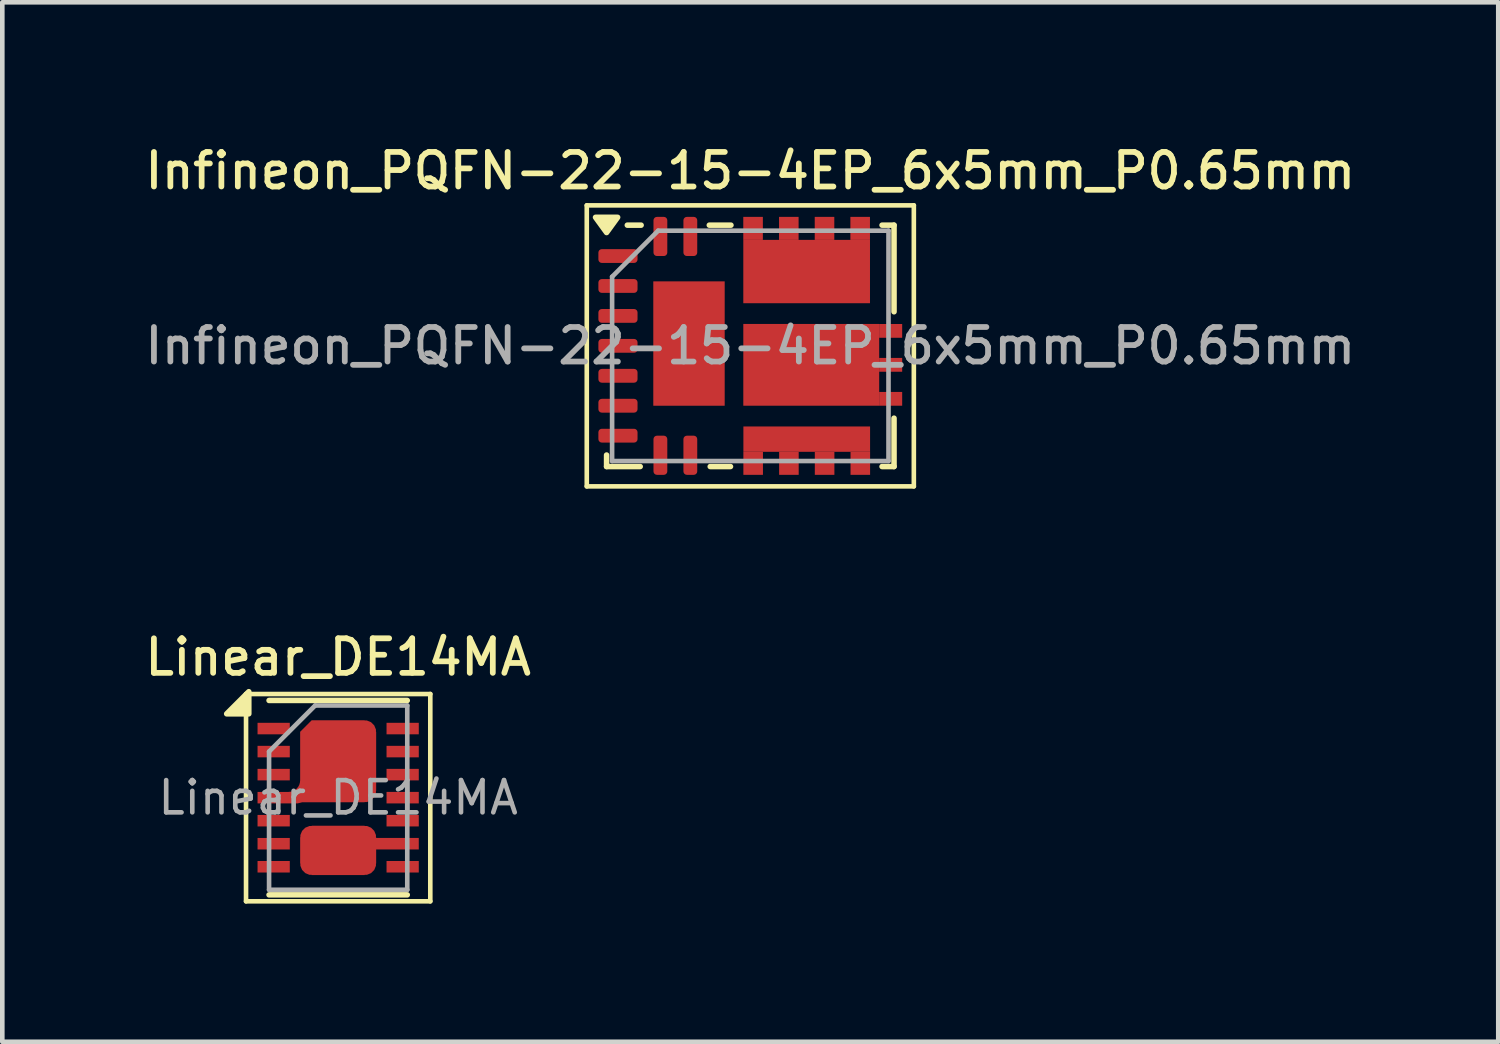
<source format=kicad_pcb>
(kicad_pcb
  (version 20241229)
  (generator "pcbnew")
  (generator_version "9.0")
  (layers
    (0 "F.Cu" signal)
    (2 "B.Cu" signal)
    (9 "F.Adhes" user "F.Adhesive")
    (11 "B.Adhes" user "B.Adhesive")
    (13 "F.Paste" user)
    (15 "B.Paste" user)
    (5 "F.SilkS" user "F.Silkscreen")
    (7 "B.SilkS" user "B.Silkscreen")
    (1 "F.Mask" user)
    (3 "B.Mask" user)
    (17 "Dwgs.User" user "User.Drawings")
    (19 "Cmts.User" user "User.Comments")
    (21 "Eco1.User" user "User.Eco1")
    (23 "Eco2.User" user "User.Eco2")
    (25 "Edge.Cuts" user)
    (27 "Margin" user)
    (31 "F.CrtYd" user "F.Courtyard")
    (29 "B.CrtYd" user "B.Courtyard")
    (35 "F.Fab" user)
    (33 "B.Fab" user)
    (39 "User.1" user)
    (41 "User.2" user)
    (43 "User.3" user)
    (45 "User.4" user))
  (footprint "Linear_DE14MA"
    (layer "F.Cu")
    (at 4.291 14.266)
    (property "Reference" "Linear_DE14MA" (at 0 -3.05 0) (layer "F.SilkS") (effects (font (size 0.75 0.75) (thickness 0.125))))
    (attr smd)
    (fp_line (start -2 -2.25) (end -2 2.25) (stroke (width 0.1) (type solid)) (layer "F.SilkS"))
    (fp_line (start -2 -2.25) (end 2 -2.25) (stroke (width 0.1) (type solid)) (layer "F.SilkS"))
    (fp_line (start -2 2.25) (end 2 2.25) (stroke (width 0.1) (type solid)) (layer "F.SilkS"))
    (fp_line (start -1.5 -2.11) (end 1.5 -2.11) (stroke (width 0.12) (type solid)) (layer "F.SilkS"))
    (fp_line (start -1.5 2.11) (end 1.5 2.11) (stroke (width 0.12) (type solid)) (layer "F.SilkS"))
    (fp_line (start 2 -2.25) (end 2 2.25) (stroke (width 0.1) (type solid)) (layer "F.SilkS"))
    (fp_poly (pts (xy -1.94 -1.82) (xy -2.42 -1.82) (xy -1.94 -2.3) (xy -1.94 -1.82)) (stroke (width 0.12) (type solid)) (fill yes) (layer "F.SilkS"))
    (fp_line (start -1.5 -1) (end -0.5 -2) (stroke (width 0.1) (type solid)) (layer "F.Fab"))
    (fp_line (start -1.5 2) (end -1.5 -1) (stroke (width 0.1) (type solid)) (layer "F.Fab"))
    (fp_line (start -0.5 -2) (end 1.5 -2) (stroke (width 0.1) (type solid)) (layer "F.Fab"))
    (fp_line (start 1.5 -2) (end 1.5 2) (stroke (width 0.1) (type solid)) (layer "F.Fab"))
    (fp_line (start 1.5 2) (end -1.5 2) (stroke (width 0.1) (type solid)) (layer "F.Fab"))
    (fp_text user "${REFERENCE}" (at 0 0 0) (layer "F.Fab") (effects (font (size 0.7 0.7) (thickness 0.1))))
    (pad "1" smd rect (at -1.4 -1.5) (size 0.7 0.25) (layers "F.Cu" "F.Mask" "F.Paste"))
    (pad "2" smd rect (at -1.4 -1) (size 0.7 0.25) (layers "F.Cu" "F.Mask" "F.Paste"))
    (pad "3" smd rect (at -1.4 -0.5) (size 0.7 0.25) (layers "F.Cu" "F.Mask" "F.Paste"))
    (pad "4" smd custom (at 0 -0.79) (size 1.65 1.28) (layers "F.Cu" "F.Mask" "F.Paste") (options (anchor rect)) (primitives (gr_circle (center 0.575 -0.64) (end 0.825 -0.64) (width 0) (fill yes)) (gr_circle (center 0.575 0.64) (end 0.825 0.64) (width 0) (fill yes)) (gr_poly (pts (xy 0.575 0.89) (xy -0.825 0.89) (xy -0.825 -0.64) (xy -0.575 -0.89) (xy 0.575 -0.89)) (width 0) (fill yes)) (gr_poly (pts (xy -0.78 0.89) (xy -0.88 0.915) (xy -1.75 0.915) (xy -1.75 0.665) (xy -0.78 0.665)) (width 0) (fill yes)) (gr_poly (pts (xy -0.825 0.665) (xy -1.075 0.665) (xy -1.025 0.66) (xy -0.977 0.645) (xy -0.935 0.622) (xy -0.897 0.591) (xy -0.866 0.552) (xy -0.844 0.511) (xy -0.83 0.464) (xy -0.825 0.415)) (width 0.001) (fill yes))))
    (pad "5" smd rect (at -1.4 0.5) (size 0.7 0.25) (layers "F.Cu" "F.Mask" "F.Paste"))
    (pad "6" smd rect (at -1.4 1) (size 0.7 0.25) (layers "F.Cu" "F.Mask" "F.Paste"))
    (pad "7" smd rect (at -1.4 1.5) (size 0.7 0.25) (layers "F.Cu" "F.Mask" "F.Paste"))
    (pad "8" smd rect (at 1.4 1.5) (size 0.7 0.25) (layers "F.Cu" "F.Mask" "F.Paste"))
    (pad "9" smd custom (at 0 1.145) (size 1.15 1.07) (layers "F.Cu" "F.Mask" "F.Paste") (options (anchor rect)) (primitives (gr_circle (center -0.575 -0.285) (end -0.325 -0.285) (width 0) (fill yes)) (gr_circle (center 0.575 -0.285) (end 0.825 -0.285) (width 0) (fill yes)) (gr_circle (center -0.575 0.285) (end -0.325 0.285) (width 0) (fill yes)) (gr_circle (center 0.575 0.285) (end 0.825 0.285) (width 0) (fill yes)) (gr_poly (pts (xy 0.825 0.285) (xy -0.825 0.285) (xy -0.825 -0.285) (xy 0.825 -0.285)) (width 0) (fill yes)) (gr_poly (pts (xy 1.75 -0.02) (xy 0.825 -0.02) (xy 0.825 -0.27) (xy 1.75 -0.27)) (width 0) (fill yes))))
    (pad "10" smd rect (at 1.4 0.5) (size 0.7 0.25) (layers "F.Cu" "F.Mask" "F.Paste"))
    (pad "11" smd rect (at 1.4 0) (size 0.7 0.25) (layers "F.Cu" "F.Mask" "F.Paste"))
    (pad "12" smd rect (at 1.4 -0.5) (size 0.7 0.25) (layers "F.Cu" "F.Mask" "F.Paste"))
    (pad "13" smd rect (at 1.4 -1) (size 0.7 0.25) (layers "F.Cu" "F.Mask" "F.Paste"))
    (pad "14" smd rect (at 1.4 -1.5) (size 0.7 0.25) (layers "F.Cu" "F.Mask" "F.Paste")))
  (footprint "Infineon_PQFN-22-15-4EP_6x5mm_P0.65mm"
    (layer "F.Cu")
    (at 13.238 4.458)
    (property "Reference" "Infineon_PQFN-22-15-4EP_6x5mm_P0.65mm" (at 0 -3.8 0) (layer "F.SilkS") (effects (font (size 0.75 0.75) (thickness 0.125))))
    (attr smd)
    (fp_line (start -3.55 -3.05) (end -3.55 3.05) (stroke (width 0.1) (type solid)) (layer "F.SilkS"))
    (fp_line (start -3.55 3.05) (end 3.55 3.05) (stroke (width 0.1) (type solid)) (layer "F.SilkS"))
    (fp_line (start -3.12 2.62) (end -3.12 2.37) (stroke (width 0.12) (type solid)) (layer "F.SilkS"))
    (fp_line (start -2.39 2.62) (end -3.12 2.62) (stroke (width 0.12) (type solid)) (layer "F.SilkS"))
    (fp_line (start -2.37 -2.62) (end -2.67 -2.62) (stroke (width 0.12) (type solid)) (layer "F.SilkS"))
    (fp_line (start -0.89 -2.62) (end -0.42 -2.62) (stroke (width 0.12) (type solid)) (layer "F.SilkS"))
    (fp_line (start -0.87 2.62) (end -0.43 2.62) (stroke (width 0.12) (type solid)) (layer "F.SilkS"))
    (fp_line (start 3.12 -2.62) (end 2.86 -2.62) (stroke (width 0.12) (type solid)) (layer "F.SilkS"))
    (fp_line (start 3.12 -2.62) (end 3.12 -0.74) (stroke (width 0.12) (type solid)) (layer "F.SilkS"))
    (fp_line (start 3.12 1.57) (end 3.12 2.62) (stroke (width 0.12) (type solid)) (layer "F.SilkS"))
    (fp_line (start 3.12 2.62) (end 2.86 2.62) (stroke (width 0.12) (type solid)) (layer "F.SilkS"))
    (fp_line (start 3.55 -3.05) (end -3.55 -3.05) (stroke (width 0.1) (type solid)) (layer "F.SilkS"))
    (fp_line (start 3.55 3.05) (end 3.55 -3.05) (stroke (width 0.1) (type solid)) (layer "F.SilkS"))
    (fp_poly (pts (xy -3.12 -2.46) (xy -3.36 -2.79) (xy -2.88 -2.79) (xy -3.12 -2.46)) (stroke (width 0.12) (type solid)) (fill yes) (layer "F.SilkS"))
    (fp_line (start -3 2.5) (end -3 -1.5) (stroke (width 0.1) (type solid)) (layer "F.Fab"))
    (fp_line (start -2 -2.5) (end -3 -1.5) (stroke (width 0.1) (type solid)) (layer "F.Fab"))
    (fp_line (start -2 -2.5) (end 3 -2.5) (stroke (width 0.1) (type solid)) (layer "F.Fab"))
    (fp_line (start 3 -2.5) (end 3 2.5) (stroke (width 0.1) (type solid)) (layer "F.Fab"))
    (fp_line (start 3 2.5) (end -3 2.5) (stroke (width 0.1) (type solid)) (layer "F.Fab"))
    (fp_text user "${REFERENCE}" (at 0 0 0) (layer "F.Fab") (effects (font (size 0.75 0.75) (thickness 0.125))))
    (pad "" smd roundrect (at -2.873 -1.95) (size 0.8 0.27) (layers "F.Paste") (roundrect_rratio 0.25))
    (pad "" smd roundrect (at -2.873 -1.3) (size 0.8 0.27) (layers "F.Paste") (roundrect_rratio 0.25))
    (pad "" smd roundrect (at -2.873 -0.65) (size 0.8 0.27) (layers "F.Paste") (roundrect_rratio 0.25))
    (pad "" smd roundrect (at -2.873 0) (size 0.8 0.27) (layers "F.Paste") (roundrect_rratio 0.25))
    (pad "" smd roundrect (at -2.873 0.65) (size 0.8 0.27) (layers "F.Paste") (roundrect_rratio 0.25))
    (pad "" smd roundrect (at -2.873 1.3) (size 0.8 0.27) (layers "F.Paste") (roundrect_rratio 0.25))
    (pad "" smd roundrect (at -2.873 1.95) (size 0.8 0.27) (layers "F.Paste") (roundrect_rratio 0.25))
    (pad "" smd roundrect (at -1.952 -2.37) (size 0.27 0.8) (layers "F.Paste") (roundrect_rratio 0.25))
    (pad "" smd roundrect (at -1.952 2.37) (size 0.27 0.8) (layers "F.Paste") (roundrect_rratio 0.25))
    (pad "" smd roundrect (at -1.752 -0.795) (size 0.7 1.22) (layers "F.Paste") (roundrect_rratio 0.25))
    (pad "" smd roundrect (at -1.752 0.695) (size 0.7 1.22) (layers "F.Paste") (roundrect_rratio 0.25))
    (pad "" smd roundrect (at -1.302 -2.37) (size 0.27 0.8) (layers "F.Paste") (roundrect_rratio 0.25))
    (pad "" smd roundrect (at -1.302 2.37) (size 0.27 0.8) (layers "F.Paste") (roundrect_rratio 0.25))
    (pad "" smd roundrect (at -0.902 -0.795) (size 0.7 1.22) (layers "F.Paste") (roundrect_rratio 0.25))
    (pad "" smd roundrect (at -0.902 0.695) (size 0.7 1.22) (layers "F.Paste") (roundrect_rratio 0.25))
    (pad "" smd roundrect (at 0.06 -2.4) (size 0.425 0.625) (layers "F.Paste") (roundrect_rratio 0.25))
    (pad "" smd roundrect (at 0.062 2.22) (size 0.425 0.625) (layers "F.Paste") (roundrect_rratio 0.25))
    (pad "" smd roundrect (at 0.468 0.412) (size 1.24 1.78) (layers "F.Paste") (roundrect_rratio 0.25))
    (pad "" smd roundrect (at 0.527 -1.45) (size 1.25 0.96) (layers "F.Paste") (roundrect_rratio 0.25))
    (pad "" smd roundrect (at 0.836 -2.4) (size 0.425 0.625) (layers "F.Paste") (roundrect_rratio 0.25))
    (pad "" smd roundrect (at 0.838 2.22) (size 0.425 0.625) (layers "F.Paste") (roundrect_rratio 0.25))
    (pad "" smd roundrect (at 1.611 -2.4) (size 0.425 0.625) (layers "F.Paste") (roundrect_rratio 0.25))
    (pad "" smd roundrect (at 1.613 2.22) (size 0.425 0.625) (layers "F.Paste") (roundrect_rratio 0.25))
    (pad "" smd roundrect (at 1.847 0.412) (size 1.24 1.78) (layers "F.Paste") (roundrect_rratio 0.25))
    (pad "" smd roundrect (at 1.927 -1.45) (size 1.25 0.96) (layers "F.Paste") (roundrect_rratio 0.25))
    (pad "" smd roundrect (at 2.385 -2.4) (size 0.425 0.625) (layers "F.Paste") (roundrect_rratio 0.25))
    (pad "" smd roundrect (at 2.388 2.22) (size 0.425 0.625) (layers "F.Paste") (roundrect_rratio 0.25))
    (pad "" smd roundrect (at 2.908 -0.328) (size 0.625 0.29) (layers "F.Paste") (roundrect_rratio 0.25))
    (pad "" smd roundrect (at 2.908 0.412) (size 0.625 0.29) (layers "F.Paste") (roundrect_rratio 0.25))
    (pad "" smd roundrect (at 2.908 1.153) (size 0.625 0.29) (layers "F.Paste") (roundrect_rratio 0.25))
    (pad "1" smd roundrect (at -2.873 -1.95) (size 0.85 0.3) (layers "F.Cu" "F.Mask") (roundrect_rratio 0.25))
    (pad "2" smd roundrect (at -2.873 -1.3) (size 0.85 0.3) (layers "F.Cu" "F.Mask") (roundrect_rratio 0.25))
    (pad "3" smd roundrect (at -2.873 -0.65) (size 0.85 0.3) (layers "F.Cu" "F.Mask") (roundrect_rratio 0.25))
    (pad "4" smd roundrect (at -2.873 0) (size 0.85 0.3) (layers "F.Cu" "F.Mask") (roundrect_rratio 0.25))
    (pad "5" smd roundrect (at -2.873 0.65) (size 0.85 0.3) (layers "F.Cu" "F.Mask") (roundrect_rratio 0.25))
    (pad "6" smd roundrect (at -2.873 1.3) (size 0.85 0.3) (layers "F.Cu" "F.Mask") (roundrect_rratio 0.25))
    (pad "7" smd roundrect (at -2.873 1.95) (size 0.85 0.3) (layers "F.Cu" "F.Mask") (roundrect_rratio 0.25))
    (pad "8" smd roundrect (at -1.952 2.375) (size 0.3 0.85) (layers "F.Cu" "F.Mask") (roundrect_rratio 0.25))
    (pad "9" smd roundrect (at -1.302 2.375) (size 0.3 0.85) (layers "F.Cu" "F.Mask") (roundrect_rratio 0.25))
    (pad "10" smd rect (at 0.062 2.55) (size 0.425 0.5) (layers "F.Cu" "F.Mask"))
    (pad "10" smd rect (at 0.838 2.55) (size 0.425 0.5) (layers "F.Cu" "F.Mask"))
    (pad "10" smd rect (at 1.225 2.025) (size 2.75 0.55) (layers "F.Cu" "F.Mask"))
    (pad "10" smd rect (at 1.613 2.55) (size 0.425 0.5) (layers "F.Cu" "F.Mask"))
    (pad "10" smd rect (at 2.388 2.55) (size 0.425 0.5) (layers "F.Cu" "F.Mask"))
    (pad "11" smd rect (at 1.323 0.412) (size 2.95 1.775) (layers "F.Cu" "F.Mask"))
    (pad "11" smd rect (at 3.047 -0.325) (size 0.5 0.299) (layers "F.Cu" "F.Mask"))
    (pad "11" smd rect (at 3.047 0.412) (size 0.5 0.3) (layers "F.Cu" "F.Mask"))
    (pad "11" smd rect (at 3.047 1.15) (size 0.5 0.299) (layers "F.Cu" "F.Mask"))
    (pad "12" smd rect (at 0.06 -2.55) (size 0.425 0.5) (layers "F.Cu" "F.Mask"))
    (pad "12" smd rect (at 0.836 -2.55) (size 0.425 0.5) (layers "F.Cu" "F.Mask"))
    (pad "12" smd rect (at 1.223 -1.613) (size 2.75 1.375) (layers "F.Cu" "F.Mask"))
    (pad "12" smd rect (at 1.611 -2.55) (size 0.425 0.5) (layers "F.Cu" "F.Mask"))
    (pad "12" smd rect (at 2.385 -2.55) (size 0.425 0.5) (layers "F.Cu" "F.Mask"))
    (pad "13" smd roundrect (at -1.302 -2.375) (size 0.3 0.85) (layers "F.Cu" "F.Mask") (roundrect_rratio 0.25))
    (pad "14" smd roundrect (at -1.952 -2.375) (size 0.3 0.85) (layers "F.Cu" "F.Mask") (roundrect_rratio 0.25))
    (pad "15" smd rect (at -1.331 -0.05) (size 1.55 2.7) (layers "F.Cu" "F.Mask")))
  (gr_rect
    (start -3 -3)
    (end 29.475 19.566)
    (stroke (width 0.1) (type default))
    (fill no)
    (layer "Edge.Cuts")))
</source>
